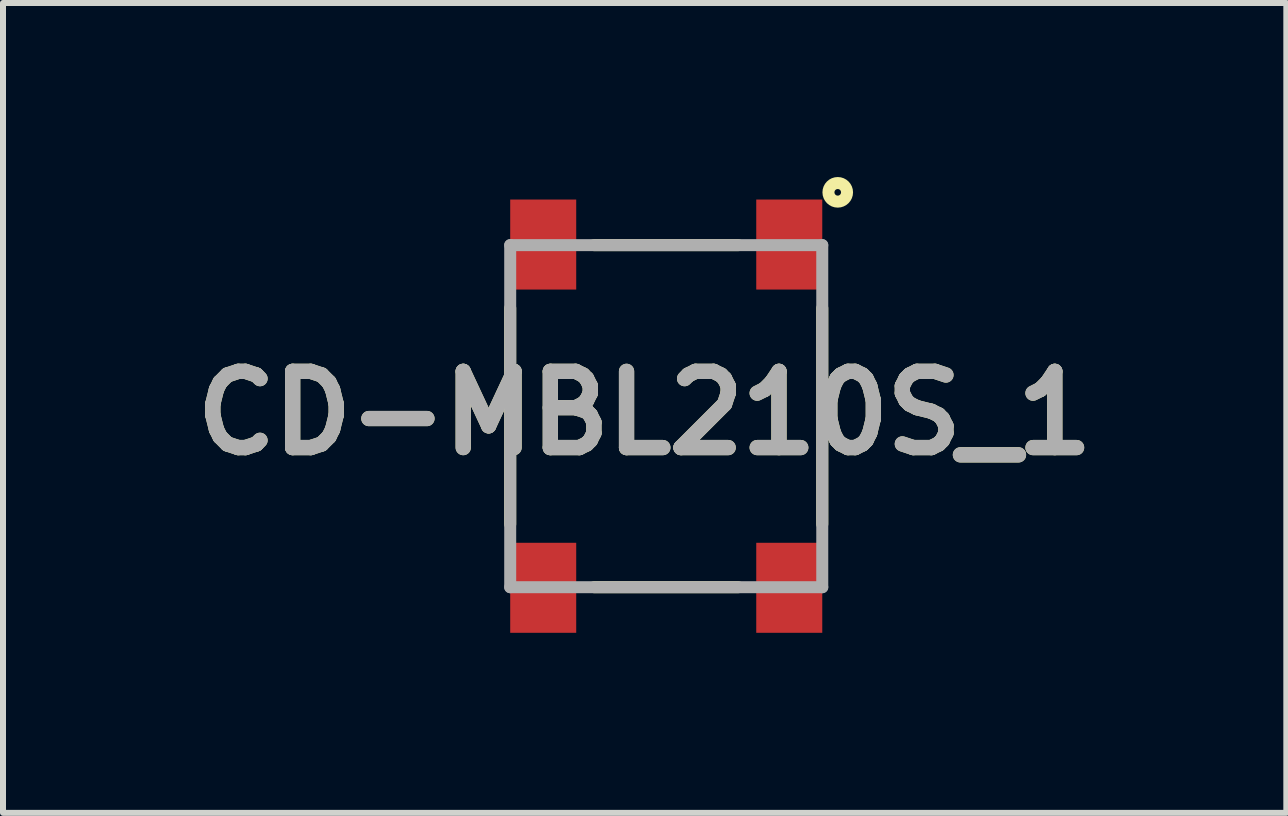
<source format=kicad_pcb>
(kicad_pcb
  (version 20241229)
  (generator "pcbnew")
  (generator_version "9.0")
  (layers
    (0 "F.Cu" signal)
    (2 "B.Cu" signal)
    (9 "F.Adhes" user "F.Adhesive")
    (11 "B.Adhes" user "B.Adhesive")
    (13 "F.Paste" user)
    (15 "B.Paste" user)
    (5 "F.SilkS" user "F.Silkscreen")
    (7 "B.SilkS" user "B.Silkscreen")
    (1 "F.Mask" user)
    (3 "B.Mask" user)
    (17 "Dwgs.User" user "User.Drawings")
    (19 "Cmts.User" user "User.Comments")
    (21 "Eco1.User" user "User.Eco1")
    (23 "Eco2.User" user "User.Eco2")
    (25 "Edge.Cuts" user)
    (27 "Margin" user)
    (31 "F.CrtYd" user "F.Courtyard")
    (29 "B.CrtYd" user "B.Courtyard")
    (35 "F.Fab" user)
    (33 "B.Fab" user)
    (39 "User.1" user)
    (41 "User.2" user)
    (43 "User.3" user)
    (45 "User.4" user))
  (footprint "CD-MBL210S_1"
    (layer "F.Cu")
    (at 8.052 3.885)
    (property "Reference" "CD-MBL210S_1" (at -0.359 -0.051 0) (layer "F.SilkS") (effects (font (size 1.27 1.27) (thickness 0.254))))
    (attr smd)
    (fp_line (start -2.6 -1.8) (end -2.6 1.8) (stroke (width 0.2) (type solid)) (layer "F.SilkS"))
    (fp_line (start -1.2 -2.85) (end 1.2 -2.85) (stroke (width 0.2) (type solid)) (layer "F.SilkS"))
    (fp_line (start -1.2 2.85) (end 1.2 2.85) (stroke (width 0.2) (type solid)) (layer "F.SilkS"))
    (fp_line (start 2.6 -1.8) (end 2.6 1.8) (stroke (width 0.2) (type solid)) (layer "F.SilkS"))
    (fp_circle (center 2.858 -3.73) (end 2.858 -3.675) (stroke (width 0.2) (type solid)) (fill no) (layer "F.SilkS"))
    (fp_line (start -2.6 -2.85) (end 2.6 -2.85) (stroke (width 0.2) (type solid)) (layer "F.Fab"))
    (fp_line (start -2.6 2.85) (end -2.6 -2.85) (stroke (width 0.2) (type solid)) (layer "F.Fab"))
    (fp_line (start 2.6 -2.85) (end 2.6 2.85) (stroke (width 0.2) (type solid)) (layer "F.Fab"))
    (fp_line (start 2.6 2.85) (end -2.6 2.85) (stroke (width 0.2) (type solid)) (layer "F.Fab"))
    (fp_text user "${REFERENCE}" (at -0.359 -0.051 0) (layer "F.Fab") (effects (font (size 1.27 1.27) (thickness 0.254))))
    (pad "1" smd rect (at 2.05 -2.86) (size 1.1 1.5) (layers "F.Cu" "F.Mask" "F.Paste"))
    (pad "2" smd rect (at 2.05 2.86) (size 1.1 1.5) (layers "F.Cu" "F.Mask" "F.Paste"))
    (pad "3" smd rect (at -2.05 2.86) (size 1.1 1.5) (layers "F.Cu" "F.Mask" "F.Paste"))
    (pad "4" smd rect (at -2.05 -2.86) (size 1.1 1.5) (layers "F.Cu" "F.Mask" "F.Paste")))
  (gr_rect
    (start -3 -3)
    (end 18.385 10.495)
    (stroke (width 0.1) (type default))
    (fill no)
    (layer "Edge.Cuts")))
</source>
